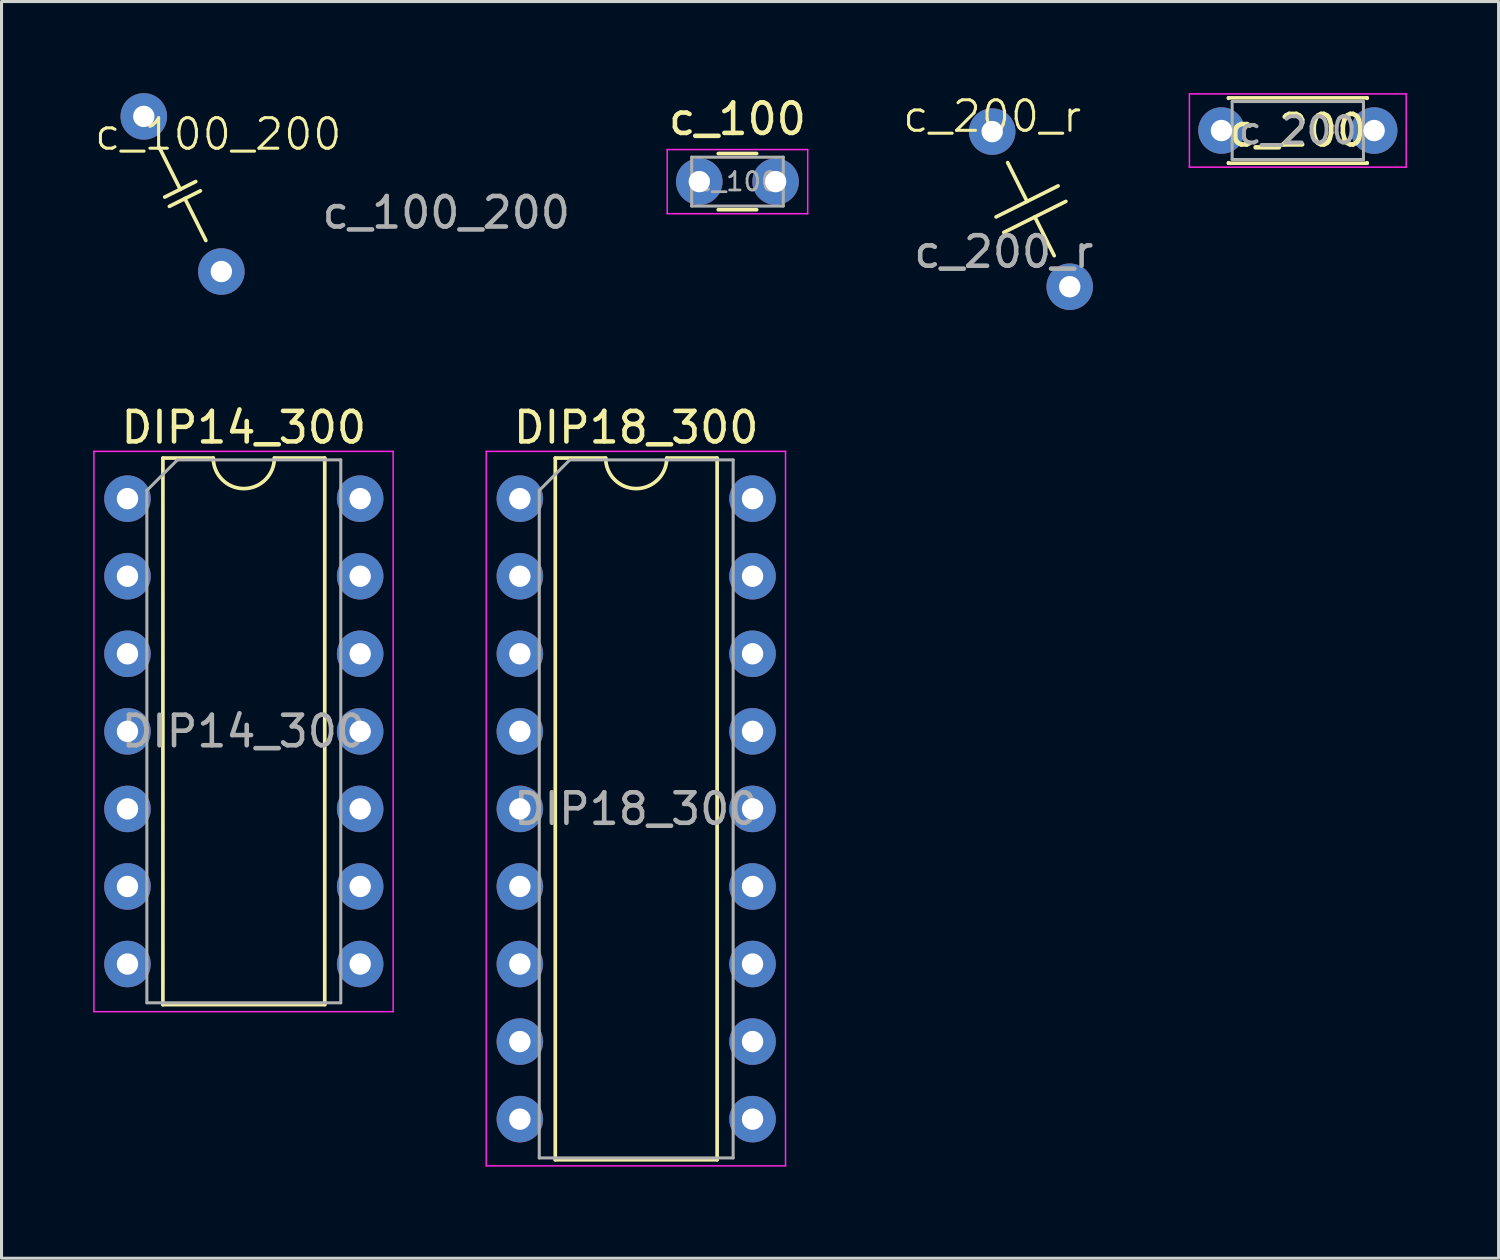
<source format=kicad_pcb>
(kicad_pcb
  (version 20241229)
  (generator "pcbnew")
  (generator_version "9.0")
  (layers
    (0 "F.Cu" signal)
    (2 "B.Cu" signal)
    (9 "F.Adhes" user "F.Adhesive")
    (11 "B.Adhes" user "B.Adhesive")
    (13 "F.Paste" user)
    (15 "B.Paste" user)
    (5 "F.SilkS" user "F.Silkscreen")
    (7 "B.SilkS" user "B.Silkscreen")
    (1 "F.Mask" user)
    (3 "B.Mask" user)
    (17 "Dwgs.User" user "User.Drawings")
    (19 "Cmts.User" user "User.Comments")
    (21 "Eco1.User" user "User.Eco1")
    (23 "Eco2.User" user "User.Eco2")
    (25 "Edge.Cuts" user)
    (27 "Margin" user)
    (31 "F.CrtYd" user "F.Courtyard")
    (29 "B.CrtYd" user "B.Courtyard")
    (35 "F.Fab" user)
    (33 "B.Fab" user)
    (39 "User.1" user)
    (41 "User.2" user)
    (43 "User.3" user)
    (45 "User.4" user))
  (footprint "c_100_200"
    (layer "F.Cu")
    (at 1.659 0.762)
    (property "Reference" "c_100_200" (at 2.438 0.584 0) (unlocked yes) (layer "F.SilkS") (effects (font (size 1 1) (thickness 0.1))))
    (attr through_hole)
    (fp_line (start 1.194 2.388) (end 0.508 1.016) (stroke (width 0.12) (type default)) (layer "F.SilkS"))
    (fp_line (start 1.194 2.388) (end 0.686 2.642) (stroke (width 0.12) (type default)) (layer "F.SilkS"))
    (fp_line (start 1.194 2.388) (end 1.702 2.134) (stroke (width 0.12) (type default)) (layer "F.SilkS"))
    (fp_line (start 1.346 2.692) (end 0.838 2.946) (stroke (width 0.12) (type default)) (layer "F.SilkS"))
    (fp_line (start 1.346 2.692) (end 1.854 2.438) (stroke (width 0.12) (type default)) (layer "F.SilkS"))
    (fp_line (start 1.346 2.692) (end 2.032 4.064) (stroke (width 0.12) (type default)) (layer "F.SilkS"))
    (fp_text user "${REFERENCE}" (at 9.906 3.151 0) (unlocked yes) (layer "F.Fab") (effects (font (size 1 1) (thickness 0.15))))
    (pad "1" thru_hole circle (at 0 0) (size 1.524 1.524) (drill 0.7) (layers "*.Cu" "*.Mask"))
    (pad "2" thru_hole circle (at 2.54 5.08) (size 1.524 1.524) (drill 0.7) (layers "*.Cu" "*.Mask")))
  (footprint "c_200"
    (layer "F.Cu")
    (at 36.952 1.225)
    (property "Reference" "c_200" (at 2.5 0 180) (layer "F.SilkS") (effects (font (size 1 1) (thickness 0.15))))
    (attr through_hole)
    (fp_line (start 0.23 -1.07) (end 0.23 -1.055) (stroke (width 0.12) (type solid)) (layer "F.SilkS"))
    (fp_line (start 0.23 -1.07) (end 4.77 -1.07) (stroke (width 0.12) (type solid)) (layer "F.SilkS"))
    (fp_line (start 0.23 1.055) (end 0.23 1.07) (stroke (width 0.12) (type solid)) (layer "F.SilkS"))
    (fp_line (start 0.23 1.07) (end 4.77 1.07) (stroke (width 0.12) (type solid)) (layer "F.SilkS"))
    (fp_line (start 4.77 -1.07) (end 4.77 -1.055) (stroke (width 0.12) (type solid)) (layer "F.SilkS"))
    (fp_line (start 4.77 1.055) (end 4.77 1.07) (stroke (width 0.12) (type solid)) (layer "F.SilkS"))
    (fp_line (start -1.05 -1.2) (end -1.05 1.2) (stroke (width 0.05) (type solid)) (layer "F.CrtYd"))
    (fp_line (start -1.05 1.2) (end 6.05 1.2) (stroke (width 0.05) (type solid)) (layer "F.CrtYd"))
    (fp_line (start 6.05 -1.2) (end -1.05 -1.2) (stroke (width 0.05) (type solid)) (layer "F.CrtYd"))
    (fp_line (start 6.05 1.2) (end 6.05 -1.2) (stroke (width 0.05) (type solid)) (layer "F.CrtYd"))
    (fp_line (start 0.35 -0.95) (end 0.35 0.95) (stroke (width 0.1) (type solid)) (layer "F.Fab"))
    (fp_line (start 0.35 0.95) (end 4.65 0.95) (stroke (width 0.1) (type solid)) (layer "F.Fab"))
    (fp_line (start 4.65 -0.95) (end 0.35 -0.95) (stroke (width 0.1) (type solid)) (layer "F.Fab"))
    (fp_line (start 4.65 0.95) (end 4.65 -0.95) (stroke (width 0.1) (type solid)) (layer "F.Fab"))
    (fp_text user "${REFERENCE}" (at 2.5 0 180) (layer "F.Fab") (effects (font (size 0.86 0.86) (thickness 0.129))))
    (pad "1" thru_hole circle (at 0 0) (size 1.524 1.524) (drill 0.7) (layers "*.Cu" "*.Mask"))
    (pad "2" thru_hole circle (at 5 0) (size 1.524 1.524) (drill 0.7) (layers "*.Cu" "*.Mask")))
  (footprint "DIP18_300"
    (layer "F.Cu")
    (at 13.975 13.281)
    (property "Reference" "DIP18_300" (at 3.81 -2.33 0) (layer "F.SilkS") (effects (font (size 1 1) (thickness 0.15))))
    (attr through_hole)
    (fp_line (start 1.16 -1.33) (end 1.16 21.65) (stroke (width 0.12) (type solid)) (layer "F.SilkS"))
    (fp_line (start 1.16 21.65) (end 6.46 21.65) (stroke (width 0.12) (type solid)) (layer "F.SilkS"))
    (fp_line (start 2.81 -1.33) (end 1.16 -1.33) (stroke (width 0.12) (type solid)) (layer "F.SilkS"))
    (fp_line (start 6.46 -1.33) (end 4.81 -1.33) (stroke (width 0.12) (type solid)) (layer "F.SilkS"))
    (fp_line (start 6.46 21.65) (end 6.46 -1.33) (stroke (width 0.12) (type solid)) (layer "F.SilkS"))
    (fp_arc (start 4.81 -1.33) (mid 3.81 -0.33) (end 2.81 -1.33) (stroke (width 0.12) (type solid)) (layer "F.SilkS"))
    (fp_line (start -1.1 -1.55) (end -1.1 21.85) (stroke (width 0.05) (type solid)) (layer "F.CrtYd"))
    (fp_line (start -1.1 21.85) (end 8.7 21.85) (stroke (width 0.05) (type solid)) (layer "F.CrtYd"))
    (fp_line (start 8.7 -1.55) (end -1.1 -1.55) (stroke (width 0.05) (type solid)) (layer "F.CrtYd"))
    (fp_line (start 8.7 21.85) (end 8.7 -1.55) (stroke (width 0.05) (type solid)) (layer "F.CrtYd"))
    (fp_line (start 0.635 -0.27) (end 1.635 -1.27) (stroke (width 0.1) (type solid)) (layer "F.Fab"))
    (fp_line (start 0.635 21.59) (end 0.635 -0.27) (stroke (width 0.1) (type solid)) (layer "F.Fab"))
    (fp_line (start 1.635 -1.27) (end 6.985 -1.27) (stroke (width 0.1) (type solid)) (layer "F.Fab"))
    (fp_line (start 6.985 -1.27) (end 6.985 21.59) (stroke (width 0.1) (type solid)) (layer "F.Fab"))
    (fp_line (start 6.985 21.59) (end 0.635 21.59) (stroke (width 0.1) (type solid)) (layer "F.Fab"))
    (fp_text user "${REFERENCE}" (at 3.81 10.16 0) (layer "F.Fab") (effects (font (size 1 1) (thickness 0.15))))
    (pad "1" thru_hole circle (at 0 0) (size 1.524 1.524) (drill 0.7) (layers "*.Cu" "*.Mask"))
    (pad "2" thru_hole circle (at 0 2.54) (size 1.524 1.524) (drill 0.7) (layers "*.Cu" "*.Mask"))
    (pad "3" thru_hole circle (at 0 5.08) (size 1.524 1.524) (drill 0.7) (layers "*.Cu" "*.Mask"))
    (pad "4" thru_hole circle (at 0 7.62) (size 1.524 1.524) (drill 0.7) (layers "*.Cu" "*.Mask"))
    (pad "5" thru_hole circle (at 0 10.16) (size 1.524 1.524) (drill 0.7) (layers "*.Cu" "*.Mask"))
    (pad "6" thru_hole circle (at 0 12.7) (size 1.524 1.524) (drill 0.7) (layers "*.Cu" "*.Mask"))
    (pad "7" thru_hole circle (at 0 15.24) (size 1.524 1.524) (drill 0.7) (layers "*.Cu" "*.Mask"))
    (pad "8" thru_hole circle (at 0 17.78) (size 1.524 1.524) (drill 0.7) (layers "*.Cu" "*.Mask"))
    (pad "9" thru_hole circle (at 0 20.32) (size 1.524 1.524) (drill 0.7) (layers "*.Cu" "*.Mask"))
    (pad "10" thru_hole circle (at 7.62 20.32) (size 1.524 1.524) (drill 0.7) (layers "*.Cu" "*.Mask"))
    (pad "11" thru_hole circle (at 7.62 17.78) (size 1.524 1.524) (drill 0.7) (layers "*.Cu" "*.Mask"))
    (pad "12" thru_hole circle (at 7.62 15.24) (size 1.524 1.524) (drill 0.7) (layers "*.Cu" "*.Mask"))
    (pad "13" thru_hole circle (at 7.62 12.7) (size 1.524 1.524) (drill 0.7) (layers "*.Cu" "*.Mask"))
    (pad "14" thru_hole circle (at 7.62 10.16) (size 1.524 1.524) (drill 0.7) (layers "*.Cu" "*.Mask"))
    (pad "15" thru_hole circle (at 7.62 7.62) (size 1.524 1.524) (drill 0.7) (layers "*.Cu" "*.Mask"))
    (pad "16" thru_hole circle (at 7.62 5.08) (size 1.524 1.524) (drill 0.7) (layers "*.Cu" "*.Mask"))
    (pad "17" thru_hole circle (at 7.62 2.54) (size 1.524 1.524) (drill 0.7) (layers "*.Cu" "*.Mask"))
    (pad "18" thru_hole circle (at 7.62 0) (size 1.524 1.524) (drill 0.7) (layers "*.Cu" "*.Mask")))
  (footprint "c_100"
    (layer "F.Cu")
    (at 19.851 2.898)
    (property "Reference" "c_100" (at 1.25 -2.05 0) (layer "F.SilkS") (effects (font (size 1 1) (thickness 0.15))))
    (attr through_hole)
    (fp_line (start 0.621 -0.92) (end 1.879 -0.92) (stroke (width 0.12) (type solid)) (layer "F.SilkS"))
    (fp_line (start 0.621 0.92) (end 1.879 0.92) (stroke (width 0.12) (type solid)) (layer "F.SilkS"))
    (fp_line (start -1.05 -1.05) (end -1.05 1.05) (stroke (width 0.05) (type solid)) (layer "F.CrtYd"))
    (fp_line (start -1.05 1.05) (end 3.55 1.05) (stroke (width 0.05) (type solid)) (layer "F.CrtYd"))
    (fp_line (start 3.55 -1.05) (end -1.05 -1.05) (stroke (width 0.05) (type solid)) (layer "F.CrtYd"))
    (fp_line (start 3.55 1.05) (end 3.55 -1.05) (stroke (width 0.05) (type solid)) (layer "F.CrtYd"))
    (fp_line (start -0.25 -0.8) (end -0.25 0.8) (stroke (width 0.1) (type solid)) (layer "F.Fab"))
    (fp_line (start -0.25 0.8) (end 2.75 0.8) (stroke (width 0.1) (type solid)) (layer "F.Fab"))
    (fp_line (start 2.75 -0.8) (end -0.25 -0.8) (stroke (width 0.1) (type solid)) (layer "F.Fab"))
    (fp_line (start 2.75 0.8) (end 2.75 -0.8) (stroke (width 0.1) (type solid)) (layer "F.Fab"))
    (fp_text user "${REFERENCE}" (at 1.25 0 0) (layer "F.Fab") (effects (font (size 0.6 0.6) (thickness 0.09))))
    (pad "1" thru_hole circle (at 0 0) (size 1.524 1.524) (drill 0.7) (layers "*.Cu" "*.Mask"))
    (pad "2" thru_hole circle (at 2.5 0) (size 1.524 1.524) (drill 0.7) (layers "*.Cu" "*.Mask")))
  (footprint "c_200_r"
    (layer "F.Cu")
    (at 29.443 1.26)
    (property "Reference" "c_200_r" (at 0 -0.5 0) (unlocked yes) (layer "F.SilkS") (effects (font (size 1 1) (thickness 0.1))))
    (attr through_hole)
    (fp_line (start 0.127 2.794) (end 2.159 1.778) (stroke (width 0.12) (type default)) (layer "F.SilkS"))
    (fp_line (start 0.381 3.302) (end 2.413 2.286) (stroke (width 0.12) (type default)) (layer "F.SilkS"))
    (fp_line (start 1.143 2.286) (end 0.508 1.016) (stroke (width 0.12) (type default)) (layer "F.SilkS"))
    (fp_line (start 1.397 2.794) (end 2.032 4.064) (stroke (width 0.12) (type default)) (layer "F.SilkS"))
    (fp_text user "${REFERENCE}" (at 0.381 3.937 0) (unlocked yes) (layer "F.Fab") (effects (font (size 1 1) (thickness 0.15))))
    (pad "1" thru_hole circle (at 0 0) (size 1.524 1.524) (drill 0.7) (layers "*.Cu" "*.Mask"))
    (pad "2" thru_hole circle (at 2.54 5.08) (size 1.524 1.524) (drill 0.7) (layers "*.Cu" "*.Mask")))
  (footprint "DIP14_300"
    (layer "F.Cu")
    (at 1.125 13.281)
    (property "Reference" "DIP14_300" (at 3.81 -2.33 0) (layer "F.SilkS") (effects (font (size 1 1) (thickness 0.15))))
    (attr through_hole)
    (fp_line (start 1.16 -1.33) (end 1.16 16.57) (stroke (width 0.12) (type solid)) (layer "F.SilkS"))
    (fp_line (start 1.16 16.57) (end 6.46 16.57) (stroke (width 0.12) (type solid)) (layer "F.SilkS"))
    (fp_line (start 2.81 -1.33) (end 1.16 -1.33) (stroke (width 0.12) (type solid)) (layer "F.SilkS"))
    (fp_line (start 6.46 -1.33) (end 4.81 -1.33) (stroke (width 0.12) (type solid)) (layer "F.SilkS"))
    (fp_line (start 6.46 16.57) (end 6.46 -1.33) (stroke (width 0.12) (type solid)) (layer "F.SilkS"))
    (fp_arc (start 4.81 -1.33) (mid 3.81 -0.33) (end 2.81 -1.33) (stroke (width 0.12) (type solid)) (layer "F.SilkS"))
    (fp_line (start -1.1 -1.55) (end -1.1 16.8) (stroke (width 0.05) (type solid)) (layer "F.CrtYd"))
    (fp_line (start -1.1 16.8) (end 8.7 16.8) (stroke (width 0.05) (type solid)) (layer "F.CrtYd"))
    (fp_line (start 8.7 -1.55) (end -1.1 -1.55) (stroke (width 0.05) (type solid)) (layer "F.CrtYd"))
    (fp_line (start 8.7 16.8) (end 8.7 -1.55) (stroke (width 0.05) (type solid)) (layer "F.CrtYd"))
    (fp_line (start 0.635 -0.27) (end 1.635 -1.27) (stroke (width 0.1) (type solid)) (layer "F.Fab"))
    (fp_line (start 0.635 16.51) (end 0.635 -0.27) (stroke (width 0.1) (type solid)) (layer "F.Fab"))
    (fp_line (start 1.635 -1.27) (end 6.985 -1.27) (stroke (width 0.1) (type solid)) (layer "F.Fab"))
    (fp_line (start 6.985 -1.27) (end 6.985 16.51) (stroke (width 0.1) (type solid)) (layer "F.Fab"))
    (fp_line (start 6.985 16.51) (end 0.635 16.51) (stroke (width 0.1) (type solid)) (layer "F.Fab"))
    (fp_text user "${REFERENCE}" (at 3.81 7.62 0) (layer "F.Fab") (effects (font (size 1 1) (thickness 0.15))))
    (pad "1" thru_hole circle (at 0 0) (size 1.524 1.524) (drill 0.7) (layers "*.Cu" "*.Mask"))
    (pad "2" thru_hole circle (at 0 2.54) (size 1.524 1.524) (drill 0.7) (layers "*.Cu" "*.Mask"))
    (pad "3" thru_hole circle (at 0 5.08) (size 1.524 1.524) (drill 0.7) (layers "*.Cu" "*.Mask"))
    (pad "4" thru_hole circle (at 0 7.62) (size 1.524 1.524) (drill 0.7) (layers "*.Cu" "*.Mask"))
    (pad "5" thru_hole circle (at 0 10.16) (size 1.524 1.524) (drill 0.7) (layers "*.Cu" "*.Mask"))
    (pad "6" thru_hole circle (at 0 12.7) (size 1.524 1.524) (drill 0.7) (layers "*.Cu" "*.Mask"))
    (pad "7" thru_hole circle (at 0 15.24) (size 1.524 1.524) (drill 0.7) (layers "*.Cu" "*.Mask"))
    (pad "8" thru_hole circle (at 7.62 15.24) (size 1.524 1.524) (drill 0.7) (layers "*.Cu" "*.Mask"))
    (pad "9" thru_hole circle (at 7.62 12.7) (size 1.524 1.524) (drill 0.7) (layers "*.Cu" "*.Mask"))
    (pad "10" thru_hole circle (at 7.62 10.16) (size 1.524 1.524) (drill 0.7) (layers "*.Cu" "*.Mask"))
    (pad "11" thru_hole circle (at 7.62 7.62) (size 1.524 1.524) (drill 0.7) (layers "*.Cu" "*.Mask"))
    (pad "12" thru_hole circle (at 7.62 5.08) (size 1.524 1.524) (drill 0.7) (layers "*.Cu" "*.Mask"))
    (pad "13" thru_hole circle (at 7.62 2.54) (size 1.524 1.524) (drill 0.7) (layers "*.Cu" "*.Mask"))
    (pad "14" thru_hole circle (at 7.62 0) (size 1.524 1.524) (drill 0.7) (layers "*.Cu" "*.Mask")))
  (gr_rect
    (start -3 -3)
    (end 46.027 38.156)
    (stroke (width 0.1) (type default))
    (fill no)
    (layer "Edge.Cuts")))
</source>
